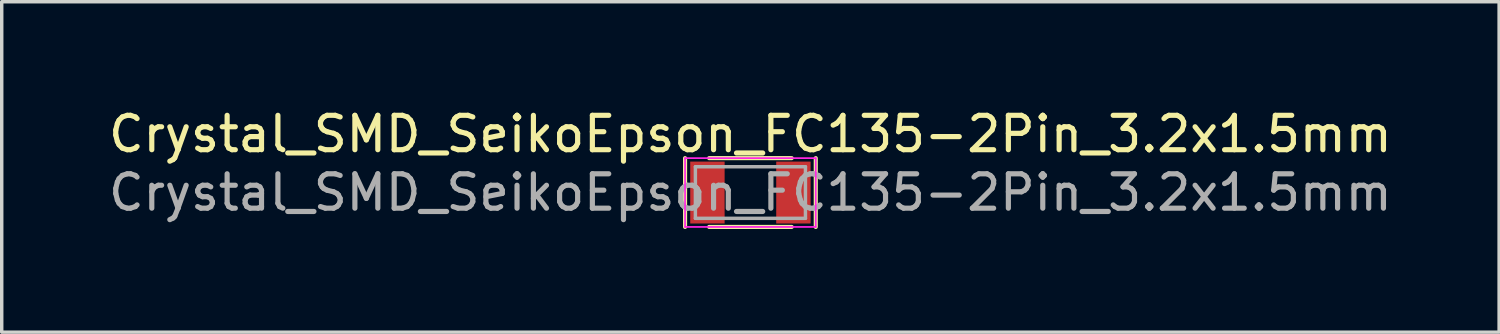
<source format=kicad_pcb>
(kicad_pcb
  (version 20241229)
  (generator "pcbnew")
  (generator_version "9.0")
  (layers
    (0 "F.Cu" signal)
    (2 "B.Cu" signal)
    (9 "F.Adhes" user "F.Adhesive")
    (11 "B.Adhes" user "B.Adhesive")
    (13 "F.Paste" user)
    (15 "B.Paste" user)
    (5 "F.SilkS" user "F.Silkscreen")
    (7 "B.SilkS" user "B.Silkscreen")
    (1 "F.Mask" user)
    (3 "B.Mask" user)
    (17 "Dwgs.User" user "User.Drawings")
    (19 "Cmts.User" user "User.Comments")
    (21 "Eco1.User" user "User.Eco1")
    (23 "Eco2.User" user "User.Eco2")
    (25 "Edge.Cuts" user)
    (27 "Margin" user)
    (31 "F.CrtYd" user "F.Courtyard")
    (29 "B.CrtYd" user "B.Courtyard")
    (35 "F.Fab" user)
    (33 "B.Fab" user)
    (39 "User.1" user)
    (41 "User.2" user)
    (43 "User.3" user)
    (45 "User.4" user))
  (footprint "Crystal_SMD_SeikoEpson_FC135-2Pin_3.2x1.5mm"
    (layer "F.Cu")
    (at 18.768 2.548)
    (property "Reference" "Crystal_SMD_SeikoEpson_FC135-2Pin_3.2x1.5mm" (at 0 -1.7 0) (layer "F.SilkS") (effects (font (size 1 1) (thickness 0.15))))
    (attr smd)
    (fp_line (start -1.9 -1) (end -1.9 1) (stroke (width 0.12) (type solid)) (layer "F.SilkS"))
    (fp_line (start -1.2 -1) (end 1.2 -1) (stroke (width 0.12) (type solid)) (layer "F.SilkS"))
    (fp_line (start -1.2 1) (end 1.2 1) (stroke (width 0.12) (type solid)) (layer "F.SilkS"))
    (fp_line (start 1.9 1) (end 1.9 -1) (stroke (width 0.12) (type solid)) (layer "F.SilkS"))
    (fp_line (start -1.9 -1) (end -1.9 1) (stroke (width 0.05) (type solid)) (layer "F.CrtYd"))
    (fp_line (start -1.9 1) (end 1.9 1) (stroke (width 0.05) (type solid)) (layer "F.CrtYd"))
    (fp_line (start 1.9 -1) (end -1.9 -1) (stroke (width 0.05) (type solid)) (layer "F.CrtYd"))
    (fp_line (start 1.9 1) (end 1.9 -1) (stroke (width 0.05) (type solid)) (layer "F.CrtYd"))
    (fp_line (start -1.6 -0.75) (end -1.6 0.75) (stroke (width 0.1) (type solid)) (layer "F.Fab"))
    (fp_line (start -1.6 0.75) (end 1.6 0.75) (stroke (width 0.1) (type solid)) (layer "F.Fab"))
    (fp_line (start 1.6 -0.75) (end -1.6 -0.75) (stroke (width 0.1) (type solid)) (layer "F.Fab"))
    (fp_line (start 1.6 0.75) (end 1.6 -0.75) (stroke (width 0.1) (type solid)) (layer "F.Fab"))
    (fp_text user "${REFERENCE}" (at 0 0 0) (layer "F.Fab") (effects (font (size 1 1) (thickness 0.15))))
    (pad "1" smd rect (at -1.25 0) (size 1 1.8) (layers "F.Cu" "F.Mask" "F.Paste"))
    (pad "2" smd rect (at 1.25 0) (size 1 1.8) (layers "F.Cu" "F.Mask" "F.Paste")))
  (gr_rect
    (start -3 -3)
    (end 40.536 6.608)
    (stroke (width 0.1) (type default))
    (fill no)
    (layer "Edge.Cuts")))
</source>
